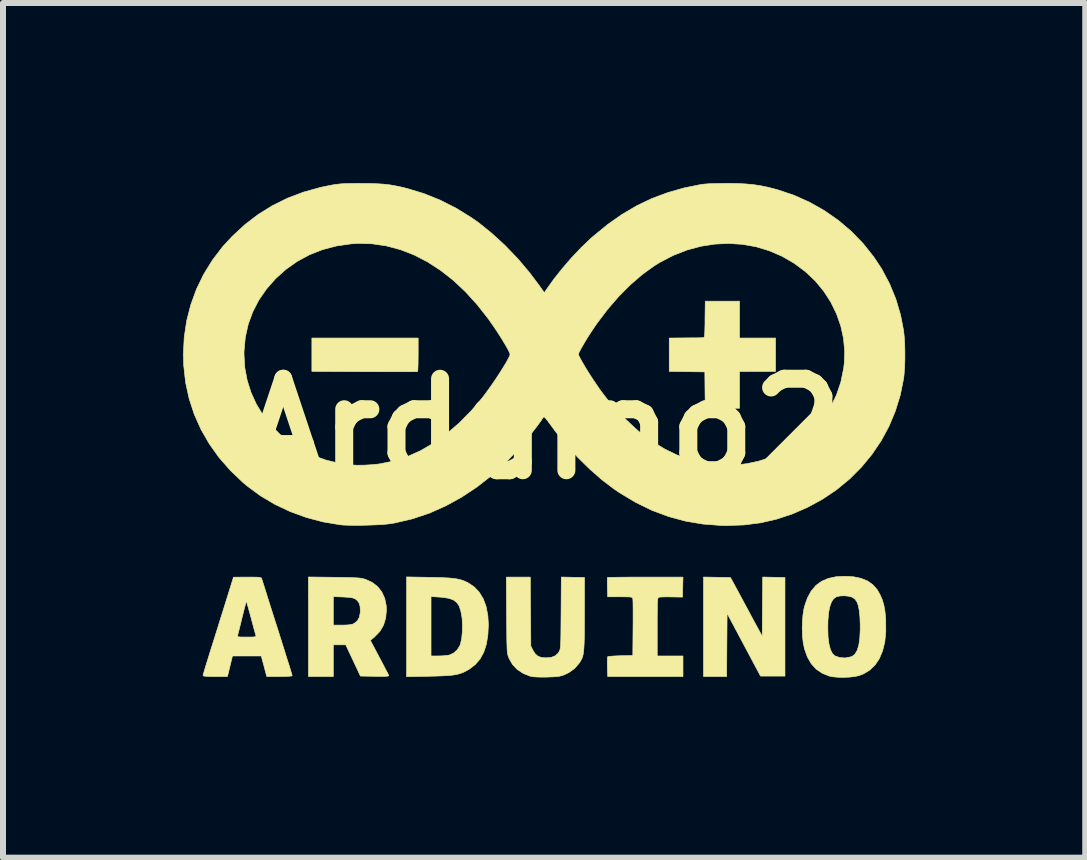
<source format=kicad_pcb>
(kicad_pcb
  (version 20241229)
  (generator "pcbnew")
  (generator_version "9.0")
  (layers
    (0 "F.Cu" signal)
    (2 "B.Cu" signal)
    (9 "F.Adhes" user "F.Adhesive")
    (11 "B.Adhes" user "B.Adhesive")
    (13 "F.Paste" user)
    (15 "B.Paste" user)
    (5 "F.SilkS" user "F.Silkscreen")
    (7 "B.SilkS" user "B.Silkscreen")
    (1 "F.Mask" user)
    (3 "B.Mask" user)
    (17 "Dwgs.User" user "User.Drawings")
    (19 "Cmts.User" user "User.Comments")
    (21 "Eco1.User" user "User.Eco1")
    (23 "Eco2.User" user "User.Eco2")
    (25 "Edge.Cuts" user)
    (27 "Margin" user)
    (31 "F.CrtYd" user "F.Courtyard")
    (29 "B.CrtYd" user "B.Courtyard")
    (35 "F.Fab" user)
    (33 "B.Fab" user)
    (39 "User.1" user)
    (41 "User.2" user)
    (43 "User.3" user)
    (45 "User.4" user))
  (footprint "Arduino2"
    (layer "F.Cu")
    (at 5.987 4.095)
    (property "Reference" "Arduino2" (at 0 0 0) (layer "F.SilkS") (effects (font (size 1.524 1.524) (thickness 0.3))))
    (attr through_hole)
    (fp_poly (pts (xy -2.07 -1.236) (xy -2.071 -1.15) (xy -2.072 -1.074) (xy -2.074 -1.014) (xy -2.077 -0.972) (xy -2.081 -0.954) (xy -2.081 -0.954) (xy -2.097 -0.953) (xy -2.139 -0.953) (xy -2.204 -0.952) (xy -2.291 -0.952) (xy -2.396 -0.952) (xy -2.517 -0.952) (xy -2.652 -0.952) (xy -2.798 -0.953) (xy -2.953 -0.953) (xy -2.966 -0.953) (xy -3.841 -0.957) (xy -3.841 -1.513) (xy -2.07 -1.513) (xy -2.07 -1.236)) (stroke (width 0.01) (type solid)) (fill yes) (layer "F.SilkS"))
    (fp_poly (pts (xy 3.855 2.473) (xy 4.041 2.477) (xy 4.041 3.298) (xy 4.041 4.119) (xy 3.634 4.119) (xy 3.355 3.596) (xy 3.077 3.073) (xy 3.073 3.6) (xy 3.069 4.126) (xy 2.684 4.126) (xy 2.684 2.469) (xy 3.133 2.477) (xy 3.188 2.577) (xy 3.222 2.64) (xy 3.262 2.713) (xy 3.299 2.783) (xy 3.304 2.791) (xy 3.329 2.839) (xy 3.365 2.906) (xy 3.409 2.987) (xy 3.456 3.075) (xy 3.504 3.165) (xy 3.513 3.181) (xy 3.662 3.456) (xy 3.67 2.469) (xy 3.855 2.473)) (stroke (width 0.01) (type solid)) (fill yes) (layer "F.SilkS"))
    (fp_poly (pts (xy 3.284 -1.513) (xy 3.884 -1.513) (xy 3.884 -0.957) (xy 3.851 -0.956) (xy 3.827 -0.956) (xy 3.78 -0.956) (xy 3.714 -0.956) (xy 3.635 -0.956) (xy 3.552 -0.956) (xy 3.284 -0.955) (xy 3.284 -0.343) (xy 2.713 -0.343) (xy 2.709 -0.646) (xy 2.706 -0.949) (xy 2.409 -0.953) (xy 2.113 -0.957) (xy 2.113 -1.513) (xy 2.381 -1.515) (xy 2.467 -1.516) (xy 2.545 -1.516) (xy 2.609 -1.517) (xy 2.655 -1.518) (xy 2.677 -1.519) (xy 2.687 -1.52) (xy 2.694 -1.527) (xy 2.699 -1.541) (xy 2.703 -1.568) (xy 2.705 -1.61) (xy 2.707 -1.67) (xy 2.709 -1.754) (xy 2.709 -1.824) (xy 2.713 -2.127) (xy 3.284 -2.127) (xy 3.284 -1.513)) (stroke (width 0.01) (type solid)) (fill yes) (layer "F.SilkS"))
    (fp_poly (pts (xy -1.878 2.474) (xy -1.742 2.477) (xy -1.631 2.481) (xy -1.54 2.486) (xy -1.466 2.494) (xy -1.405 2.504) (xy -1.353 2.517) (xy -1.305 2.534) (xy -1.259 2.555) (xy -1.245 2.561) (xy -1.14 2.63) (xy -1.054 2.72) (xy -0.986 2.831) (xy -0.938 2.961) (xy -0.909 3.111) (xy -0.9 3.262) (xy -0.909 3.437) (xy -0.934 3.589) (xy -0.977 3.721) (xy -1.038 3.833) (xy -1.119 3.927) (xy -1.219 4.004) (xy -1.281 4.039) (xy -1.328 4.061) (xy -1.376 4.078) (xy -1.428 4.092) (xy -1.49 4.102) (xy -1.565 4.11) (xy -1.657 4.115) (xy -1.769 4.119) (xy -1.892 4.122) (xy -2.263 4.129) (xy -2.263 3.784) (xy -1.856 3.784) (xy -1.734 3.784) (xy -1.668 3.782) (xy -1.605 3.777) (xy -1.556 3.769) (xy -1.549 3.768) (xy -1.48 3.736) (xy -1.42 3.683) (xy -1.376 3.614) (xy -1.364 3.58) (xy -1.345 3.494) (xy -1.335 3.391) (xy -1.332 3.28) (xy -1.337 3.171) (xy -1.341 3.135) (xy -1.36 3.032) (xy -1.387 2.952) (xy -1.427 2.893) (xy -1.482 2.851) (xy -1.557 2.824) (xy -1.654 2.808) (xy -1.714 2.803) (xy -1.856 2.794) (xy -1.856 3.784) (xy -2.263 3.784) (xy -2.263 2.467) (xy -1.878 2.474)) (stroke (width 0.01) (type solid)) (fill yes) (layer "F.SilkS"))
    (fp_poly (pts (xy 2.338 2.637) (xy 2.334 2.803) (xy 2.149 2.8) (xy 2.077 2.799) (xy 2.014 2.8) (xy 1.966 2.802) (xy 1.94 2.806) (xy 1.938 2.806) (xy 1.931 2.81) (xy 1.926 2.82) (xy 1.922 2.836) (xy 1.919 2.864) (xy 1.916 2.905) (xy 1.915 2.962) (xy 1.914 3.038) (xy 1.913 3.136) (xy 1.913 3.259) (xy 1.913 3.3) (xy 1.913 3.784) (xy 2.342 3.784) (xy 2.342 4.126) (xy 1.087 4.126) (xy 1.082 3.968) (xy 1.081 3.903) (xy 1.082 3.848) (xy 1.083 3.811) (xy 1.086 3.797) (xy 1.102 3.792) (xy 1.142 3.788) (xy 1.199 3.784) (xy 1.269 3.781) (xy 1.3 3.78) (xy 1.506 3.776) (xy 1.51 3.32) (xy 1.511 3.207) (xy 1.511 3.102) (xy 1.511 3.009) (xy 1.51 2.932) (xy 1.509 2.874) (xy 1.507 2.839) (xy 1.506 2.831) (xy 1.502 2.818) (xy 1.494 2.809) (xy 1.478 2.804) (xy 1.448 2.8) (xy 1.401 2.799) (xy 1.331 2.798) (xy 1.293 2.798) (xy 1.087 2.798) (xy 1.082 2.64) (xy 1.081 2.576) (xy 1.081 2.523) (xy 1.082 2.488) (xy 1.084 2.476) (xy 1.099 2.475) (xy 1.14 2.474) (xy 1.203 2.473) (xy 1.286 2.472) (xy 1.386 2.471) (xy 1.5 2.47) (xy 1.625 2.47) (xy 1.716 2.47) (xy 2.342 2.47) (xy 2.338 2.637)) (stroke (width 0.01) (type solid)) (fill yes) (layer "F.SilkS"))
    (fp_poly (pts (xy -3.466 2.473) (xy -3.341 2.475) (xy -3.241 2.477) (xy -3.163 2.479) (xy -3.102 2.482) (xy -3.054 2.485) (xy -3.017 2.49) (xy -2.987 2.496) (xy -2.959 2.504) (xy -2.944 2.509) (xy -2.835 2.559) (xy -2.744 2.63) (xy -2.675 2.719) (xy -2.627 2.825) (xy -2.602 2.947) (xy -2.599 3.02) (xy -2.611 3.152) (xy -2.647 3.27) (xy -2.707 3.373) (xy -2.79 3.46) (xy -2.794 3.464) (xy -2.867 3.524) (xy -2.717 3.807) (xy -2.673 3.89) (xy -2.634 3.965) (xy -2.601 4.028) (xy -2.576 4.075) (xy -2.562 4.103) (xy -2.559 4.109) (xy -2.562 4.116) (xy -2.579 4.12) (xy -2.614 4.123) (xy -2.669 4.124) (xy -2.748 4.124) (xy -2.792 4.123) (xy -3.032 4.119) (xy -3.154 3.859) (xy -3.277 3.598) (xy -3.38 3.598) (xy -3.484 3.598) (xy -3.484 4.126) (xy -3.898 4.126) (xy -3.898 3.27) (xy -3.484 3.27) (xy -3.337 3.27) (xy -3.26 3.268) (xy -3.204 3.263) (xy -3.163 3.254) (xy -3.142 3.245) (xy -3.087 3.203) (xy -3.052 3.144) (xy -3.035 3.064) (xy -3.034 3.026) (xy -3.038 2.956) (xy -3.052 2.908) (xy -3.059 2.894) (xy -3.086 2.859) (xy -3.116 2.835) (xy -3.156 2.818) (xy -3.212 2.808) (xy -3.288 2.803) (xy -3.321 2.801) (xy -3.484 2.795) (xy -3.484 3.27) (xy -3.898 3.27) (xy -3.898 2.468) (xy -3.466 2.473)) (stroke (width 0.01) (type solid)) (fill yes) (layer "F.SilkS"))
    (fp_poly (pts (xy 0.508 2.473) (xy 0.701 2.477) (xy 0.7 3.086) (xy 0.7 3.244) (xy 0.699 3.377) (xy 0.698 3.487) (xy 0.695 3.577) (xy 0.691 3.65) (xy 0.686 3.708) (xy 0.679 3.755) (xy 0.67 3.793) (xy 0.658 3.826) (xy 0.643 3.855) (xy 0.625 3.885) (xy 0.61 3.907) (xy 0.534 3.994) (xy 0.437 4.063) (xy 0.361 4.099) (xy 0.322 4.112) (xy 0.282 4.122) (xy 0.234 4.128) (xy 0.172 4.132) (xy 0.088 4.135) (xy 0.071 4.136) (xy -0.044 4.136) (xy -0.132 4.132) (xy -0.192 4.124) (xy -0.2 4.122) (xy -0.319 4.075) (xy -0.419 4.009) (xy -0.499 3.924) (xy -0.557 3.822) (xy -0.559 3.815) (xy -0.567 3.795) (xy -0.574 3.775) (xy -0.579 3.753) (xy -0.583 3.725) (xy -0.587 3.69) (xy -0.589 3.643) (xy -0.591 3.583) (xy -0.593 3.506) (xy -0.594 3.41) (xy -0.595 3.292) (xy -0.596 3.149) (xy -0.597 3.102) (xy -0.601 2.47) (xy -0.202 2.47) (xy -0.193 3.619) (xy -0.157 3.691) (xy -0.118 3.751) (xy -0.071 3.79) (xy -0.01 3.81) (xy 0.065 3.815) (xy 0.148 3.807) (xy 0.212 3.782) (xy 0.26 3.739) (xy 0.278 3.712) (xy 0.285 3.698) (xy 0.291 3.683) (xy 0.296 3.664) (xy 0.3 3.637) (xy 0.303 3.6) (xy 0.305 3.55) (xy 0.307 3.485) (xy 0.308 3.401) (xy 0.309 3.296) (xy 0.31 3.167) (xy 0.311 3.066) (xy 0.315 2.469) (xy 0.508 2.473)) (stroke (width 0.01) (type solid)) (fill yes) (layer "F.SilkS"))
    (fp_poly (pts (xy 5.18 2.464) (xy 5.307 2.49) (xy 5.414 2.533) (xy 5.503 2.595) (xy 5.576 2.677) (xy 5.625 2.762) (xy 5.663 2.849) (xy 5.689 2.939) (xy 5.707 3.039) (xy 5.719 3.158) (xy 5.72 3.191) (xy 5.721 3.381) (xy 5.704 3.551) (xy 5.667 3.701) (xy 5.613 3.829) (xy 5.541 3.936) (xy 5.45 4.022) (xy 5.342 4.086) (xy 5.271 4.112) (xy 5.205 4.126) (xy 5.12 4.136) (xy 5.027 4.14) (xy 4.933 4.139) (xy 4.848 4.132) (xy 4.783 4.12) (xy 4.664 4.073) (xy 4.562 4.004) (xy 4.479 3.913) (xy 4.414 3.8) (xy 4.366 3.664) (xy 4.346 3.569) (xy 4.334 3.466) (xy 4.329 3.349) (xy 4.329 3.317) (xy 4.755 3.317) (xy 4.759 3.464) (xy 4.774 3.583) (xy 4.798 3.676) (xy 4.831 3.743) (xy 4.874 3.783) (xy 4.876 3.784) (xy 4.956 3.811) (xy 5.044 3.817) (xy 5.132 3.8) (xy 5.164 3.788) (xy 5.209 3.751) (xy 5.245 3.689) (xy 5.272 3.6) (xy 5.288 3.486) (xy 5.295 3.347) (xy 5.295 3.265) (xy 5.29 3.134) (xy 5.279 3.028) (xy 5.263 2.945) (xy 5.24 2.883) (xy 5.209 2.838) (xy 5.169 2.809) (xy 5.157 2.803) (xy 5.099 2.788) (xy 5.029 2.781) (xy 4.959 2.784) (xy 4.902 2.796) (xy 4.898 2.798) (xy 4.852 2.83) (xy 4.815 2.886) (xy 4.787 2.965) (xy 4.767 3.068) (xy 4.757 3.198) (xy 4.755 3.317) (xy 4.329 3.317) (xy 4.331 3.228) (xy 4.34 3.111) (xy 4.355 3.009) (xy 4.365 2.963) (xy 4.414 2.821) (xy 4.476 2.705) (xy 4.554 2.611) (xy 4.649 2.541) (xy 4.761 2.492) (xy 4.892 2.464) (xy 5.031 2.456) (xy 5.18 2.464)) (stroke (width 0.01) (type solid)) (fill yes) (layer "F.SilkS"))
    (fp_poly (pts (xy -4.83 2.47) (xy -4.768 2.471) (xy -4.727 2.473) (xy -4.701 2.477) (xy -4.686 2.483) (xy -4.679 2.492) (xy -4.675 2.502) (xy -4.669 2.521) (xy -4.655 2.565) (xy -4.634 2.631) (xy -4.607 2.717) (xy -4.575 2.82) (xy -4.538 2.937) (xy -4.497 3.066) (xy -4.453 3.205) (xy -4.417 3.316) (xy -4.372 3.459) (xy -4.329 3.595) (xy -4.29 3.72) (xy -4.255 3.832) (xy -4.224 3.928) (xy -4.2 4.007) (xy -4.182 4.066) (xy -4.172 4.101) (xy -4.169 4.112) (xy -4.183 4.118) (xy -4.224 4.122) (xy -4.29 4.125) (xy -4.38 4.126) (xy -4.593 4.126) (xy -4.626 4.001) (xy -4.642 3.939) (xy -4.658 3.882) (xy -4.669 3.84) (xy -4.672 3.83) (xy -4.684 3.784) (xy -5.164 3.784) (xy -5.206 3.955) (xy -5.247 4.126) (xy -5.451 4.126) (xy -5.535 4.126) (xy -5.595 4.123) (xy -5.632 4.12) (xy -5.651 4.114) (xy -5.654 4.108) (xy -5.65 4.089) (xy -5.638 4.048) (xy -5.621 3.99) (xy -5.6 3.921) (xy -5.591 3.891) (xy -5.573 3.834) (xy -5.548 3.753) (xy -5.517 3.654) (xy -5.481 3.54) (xy -5.454 3.455) (xy -5.079 3.455) (xy -5.07 3.463) (xy -5.048 3.467) (xy -5.008 3.469) (xy -4.945 3.469) (xy -4.926 3.469) (xy -4.857 3.469) (xy -4.811 3.467) (xy -4.785 3.464) (xy -4.774 3.457) (xy -4.773 3.448) (xy -4.774 3.444) (xy -4.78 3.423) (xy -4.792 3.379) (xy -4.809 3.317) (xy -4.829 3.242) (xy -4.852 3.157) (xy -4.854 3.149) (xy -4.877 3.065) (xy -4.897 2.992) (xy -4.914 2.932) (xy -4.926 2.892) (xy -4.932 2.874) (xy -4.932 2.873) (xy -4.937 2.885) (xy -4.947 2.92) (xy -4.961 2.975) (xy -4.979 3.046) (xy -5 3.128) (xy -5.004 3.144) (xy -5.025 3.23) (xy -5.044 3.308) (xy -5.06 3.372) (xy -5.072 3.419) (xy -5.078 3.443) (xy -5.078 3.444) (xy -5.079 3.455) (xy -5.454 3.455) (xy -5.441 3.414) (xy -5.4 3.282) (xy -5.358 3.146) (xy -5.337 3.081) (xy -5.147 2.471) (xy -4.916 2.47) (xy -4.83 2.47)) (stroke (width 0.01) (type solid)) (fill yes) (layer "F.SilkS"))
    (fp_poly (pts (xy 3.239 -4.088) (xy 3.38 -4.081) (xy 3.507 -4.07) (xy 3.628 -4.052) (xy 3.75 -4.027) (xy 3.88 -3.994) (xy 3.916 -3.984) (xy 4.189 -3.893) (xy 4.45 -3.776) (xy 4.698 -3.636) (xy 4.93 -3.474) (xy 5.146 -3.291) (xy 5.343 -3.088) (xy 5.519 -2.867) (xy 5.651 -2.668) (xy 5.783 -2.42) (xy 5.888 -2.164) (xy 5.967 -1.898) (xy 6.017 -1.64) (xy 6.028 -1.539) (xy 6.036 -1.419) (xy 6.039 -1.287) (xy 6.039 -1.153) (xy 6.034 -1.024) (xy 6.026 -0.91) (xy 6.018 -0.839) (xy 5.963 -0.564) (xy 5.881 -0.299) (xy 5.775 -0.044) (xy 5.644 0.198) (xy 5.49 0.426) (xy 5.314 0.639) (xy 5.117 0.836) (xy 4.901 1.014) (xy 4.666 1.172) (xy 4.416 1.308) (xy 4.158 1.42) (xy 3.897 1.506) (xy 3.632 1.566) (xy 3.357 1.601) (xy 3.071 1.611) (xy 2.97 1.609) (xy 2.672 1.586) (xy 2.382 1.537) (xy 2.099 1.46) (xy 1.823 1.357) (xy 1.553 1.225) (xy 1.288 1.066) (xy 1.192 1.001) (xy 0.992 0.849) (xy 0.791 0.673) (xy 0.593 0.479) (xy 0.402 0.27) (xy 0.223 0.051) (xy 0.109 -0.104) (xy 0.076 -0.148) (xy 0.048 -0.181) (xy 0.031 -0.199) (xy 0.028 -0.2) (xy 0.012 -0.189) (xy 0.001 -0.174) (xy -0.018 -0.143) (xy -0.053 -0.094) (xy -0.098 -0.033) (xy -0.152 0.036) (xy -0.209 0.11) (xy -0.268 0.182) (xy -0.323 0.25) (xy -0.372 0.307) (xy -0.603 0.554) (xy -0.842 0.774) (xy -1.091 0.969) (xy -1.351 1.141) (xy -1.608 1.282) (xy -1.884 1.405) (xy -2.169 1.5) (xy -2.461 1.568) (xy -2.526 1.579) (xy -2.594 1.587) (xy -2.684 1.595) (xy -2.788 1.6) (xy -2.902 1.604) (xy -3.018 1.607) (xy -3.13 1.608) (xy -3.231 1.606) (xy -3.316 1.603) (xy -3.37 1.598) (xy -3.656 1.55) (xy -3.935 1.476) (xy -4.203 1.378) (xy -4.459 1.257) (xy -4.699 1.114) (xy -4.922 0.95) (xy -4.985 0.897) (xy -5.199 0.693) (xy -5.388 0.477) (xy -5.551 0.248) (xy -5.689 0.008) (xy -5.801 -0.243) (xy -5.886 -0.504) (xy -5.945 -0.774) (xy -5.976 -1.054) (xy -5.982 -1.242) (xy -4.972 -1.242) (xy -4.959 -1.021) (xy -4.919 -0.808) (xy -4.854 -0.604) (xy -4.766 -0.411) (xy -4.655 -0.229) (xy -4.524 -0.062) (xy -4.373 0.091) (xy -4.205 0.227) (xy -4.02 0.345) (xy -3.821 0.443) (xy -3.608 0.52) (xy -3.382 0.575) (xy -3.209 0.599) (xy -3.098 0.606) (xy -2.969 0.605) (xy -2.834 0.597) (xy -2.713 0.584) (xy -2.481 0.537) (xy -2.252 0.463) (xy -2.027 0.362) (xy -1.806 0.233) (xy -1.591 0.079) (xy -1.382 -0.102) (xy -1.18 -0.308) (xy -1.01 -0.507) (xy -0.955 -0.579) (xy -0.896 -0.66) (xy -0.834 -0.747) (xy -0.773 -0.837) (xy -0.715 -0.926) (xy -0.661 -1.011) (xy -0.614 -1.088) (xy -0.577 -1.154) (xy -0.551 -1.204) (xy -0.539 -1.236) (xy -0.539 -1.242) (xy 0.6 -1.242) (xy 0.607 -1.219) (xy 0.629 -1.176) (xy 0.662 -1.116) (xy 0.705 -1.042) (xy 0.756 -0.959) (xy 0.813 -0.869) (xy 0.839 -0.829) (xy 0.954 -0.659) (xy 1.07 -0.506) (xy 1.194 -0.361) (xy 1.332 -0.215) (xy 1.399 -0.149) (xy 1.489 -0.063) (xy 1.565 0.007) (xy 1.635 0.066) (xy 1.703 0.12) (xy 1.778 0.173) (xy 1.842 0.217) (xy 2.039 0.337) (xy 2.236 0.433) (xy 2.439 0.507) (xy 2.652 0.561) (xy 2.882 0.596) (xy 2.963 0.604) (xy 3.028 0.607) (xy 3.113 0.605) (xy 3.209 0.6) (xy 3.306 0.592) (xy 3.398 0.581) (xy 3.423 0.577) (xy 3.6 0.539) (xy 3.783 0.481) (xy 3.962 0.407) (xy 4.126 0.321) (xy 4.171 0.292) (xy 4.364 0.152) (xy 4.534 -0.005) (xy 4.68 -0.177) (xy 4.802 -0.364) (xy 4.899 -0.564) (xy 4.972 -0.778) (xy 5.018 -1.003) (xy 5.029 -1.089) (xy 5.036 -1.299) (xy 5.016 -1.51) (xy 4.97 -1.717) (xy 4.899 -1.919) (xy 4.804 -2.113) (xy 4.686 -2.295) (xy 4.547 -2.463) (xy 4.387 -2.615) (xy 4.385 -2.617) (xy 4.194 -2.759) (xy 3.992 -2.876) (xy 3.78 -2.967) (xy 3.56 -3.034) (xy 3.334 -3.074) (xy 3.105 -3.089) (xy 2.873 -3.078) (xy 2.641 -3.042) (xy 2.411 -2.98) (xy 2.185 -2.892) (xy 1.964 -2.778) (xy 1.863 -2.716) (xy 1.664 -2.572) (xy 1.467 -2.402) (xy 1.274 -2.209) (xy 1.089 -1.995) (xy 0.913 -1.763) (xy 0.859 -1.685) (xy 0.807 -1.607) (xy 0.756 -1.527) (xy 0.709 -1.45) (xy 0.667 -1.378) (xy 0.633 -1.318) (xy 0.61 -1.272) (xy 0.6 -1.245) (xy 0.6 -1.242) (xy -0.539 -1.242) (xy -0.539 -1.242) (xy -0.548 -1.27) (xy -0.571 -1.318) (xy -0.607 -1.382) (xy -0.652 -1.457) (xy -0.704 -1.542) (xy -0.761 -1.63) (xy -0.822 -1.72) (xy -0.883 -1.807) (xy -0.897 -1.828) (xy -1.085 -2.067) (xy -1.281 -2.283) (xy -1.485 -2.475) (xy -1.697 -2.641) (xy -1.915 -2.782) (xy -2.139 -2.898) (xy -2.367 -2.986) (xy -2.599 -3.048) (xy -2.834 -3.083) (xy -3.071 -3.09) (xy -3.19 -3.082) (xy -3.432 -3.047) (xy -3.664 -2.986) (xy -3.882 -2.9) (xy -4.087 -2.789) (xy -4.278 -2.654) (xy -4.445 -2.503) (xy -4.598 -2.329) (xy -4.726 -2.144) (xy -4.827 -1.947) (xy -4.902 -1.741) (xy -4.95 -1.525) (xy -4.971 -1.301) (xy -4.972 -1.242) (xy -5.982 -1.242) (xy -5.968 -1.524) (xy -5.927 -1.8) (xy -5.858 -2.068) (xy -5.764 -2.327) (xy -5.643 -2.576) (xy -5.497 -2.812) (xy -5.327 -3.035) (xy -5.172 -3.203) (xy -4.959 -3.401) (xy -4.734 -3.573) (xy -4.497 -3.72) (xy -4.245 -3.844) (xy -3.978 -3.945) (xy -3.694 -4.024) (xy -3.534 -4.057) (xy -3.472 -4.068) (xy -3.414 -4.076) (xy -3.355 -4.082) (xy -3.288 -4.086) (xy -3.208 -4.088) (xy -3.11 -4.089) (xy -3.027 -4.089) (xy -2.881 -4.088) (xy -2.757 -4.084) (xy -2.648 -4.077) (xy -2.548 -4.066) (xy -2.449 -4.049) (xy -2.345 -4.027) (xy -2.255 -4.005) (xy -1.975 -3.92) (xy -1.699 -3.809) (xy -1.43 -3.672) (xy -1.174 -3.513) (xy -1.07 -3.44) (xy -0.846 -3.26) (xy -0.625 -3.058) (xy -0.413 -2.838) (xy -0.215 -2.604) (xy -0.072 -2.414) (xy 0.032 -2.269) (xy 0.068 -2.323) (xy 0.191 -2.495) (xy 0.332 -2.673) (xy 0.485 -2.85) (xy 0.644 -3.018) (xy 0.803 -3.17) (xy 0.85 -3.211) (xy 1.088 -3.406) (xy 1.328 -3.574) (xy 1.571 -3.717) (xy 1.822 -3.837) (xy 2.084 -3.935) (xy 2.36 -4.014) (xy 2.641 -4.071) (xy 2.699 -4.078) (xy 2.781 -4.084) (xy 2.884 -4.087) (xy 3.004 -4.089) (xy 3.077 -4.09) (xy 3.239 -4.088)) (stroke (width 0.01) (type solid)) (fill yes) (layer "F.SilkS")))
  (gr_rect
    (start -3 -3)
    (end 15.031 11.239)
    (stroke (width 0.1) (type default))
    (fill no)
    (layer "Edge.Cuts")))
</source>
